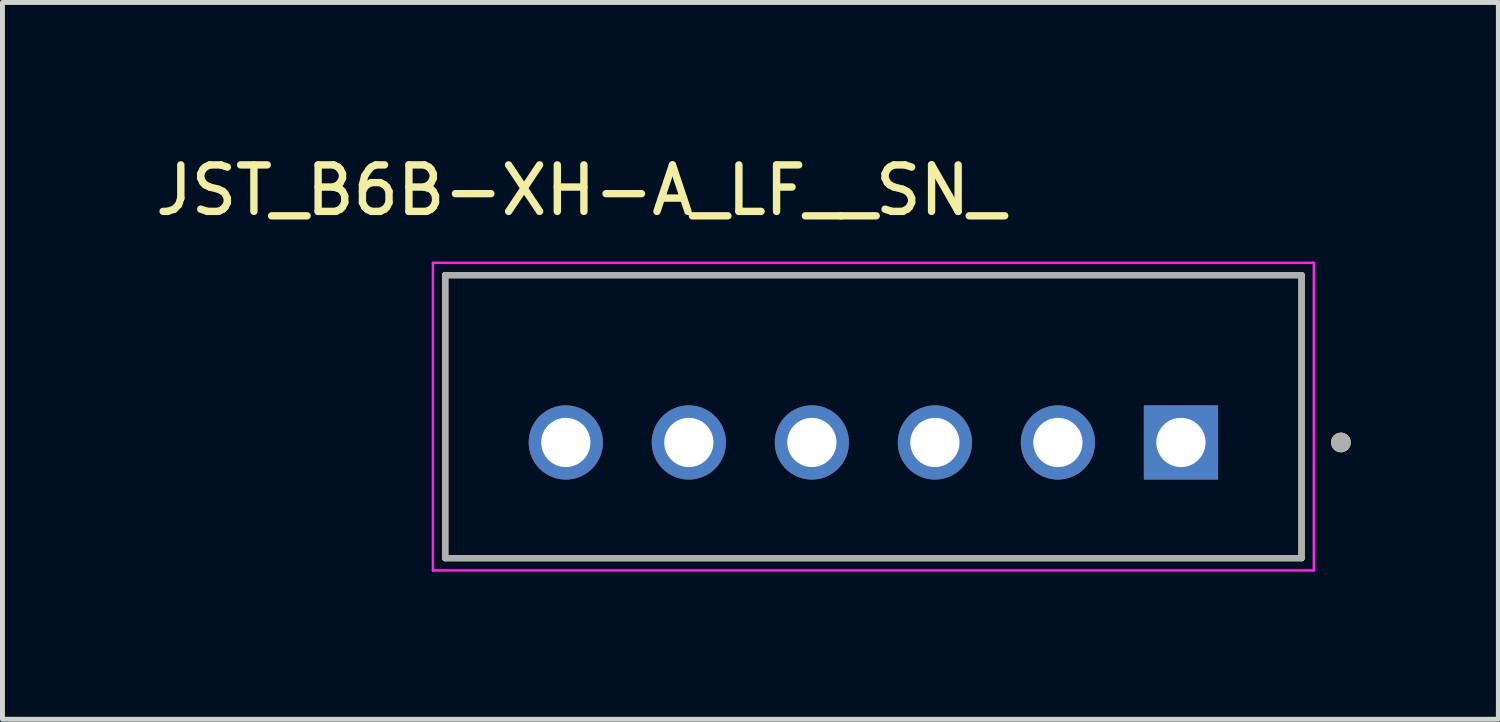
<source format=kicad_pcb>
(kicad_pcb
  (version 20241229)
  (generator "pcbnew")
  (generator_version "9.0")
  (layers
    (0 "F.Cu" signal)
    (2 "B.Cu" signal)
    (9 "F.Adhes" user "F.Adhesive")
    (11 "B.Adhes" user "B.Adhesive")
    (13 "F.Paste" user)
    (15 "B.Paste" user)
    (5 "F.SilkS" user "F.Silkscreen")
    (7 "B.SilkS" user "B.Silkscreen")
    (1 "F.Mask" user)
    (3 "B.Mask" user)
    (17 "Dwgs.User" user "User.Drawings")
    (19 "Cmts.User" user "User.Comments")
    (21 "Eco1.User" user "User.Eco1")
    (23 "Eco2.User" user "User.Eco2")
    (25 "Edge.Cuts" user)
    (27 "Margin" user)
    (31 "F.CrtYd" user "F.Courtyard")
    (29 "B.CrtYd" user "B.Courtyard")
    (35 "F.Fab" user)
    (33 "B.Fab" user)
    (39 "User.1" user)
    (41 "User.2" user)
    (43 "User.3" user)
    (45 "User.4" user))
  (footprint "JST_B6B-XH-A_LF__SN_"
    (layer "F.Cu")
    (at 14.697 5.416)
    (property "Reference" "JST_B6B-XH-A_LF__SN_" (at -5.95 -4.6 0) (layer "F.SilkS") (effects (font (size 0.945 0.945) (thickness 0.15))))
    (attr through_hole)
    (fp_line (start -8.7 -2.875) (end 8.7 -2.875) (stroke (width 0.127) (type solid)) (layer "F.SilkS"))
    (fp_line (start -8.7 2.875) (end -8.7 -2.875) (stroke (width 0.127) (type solid)) (layer "F.SilkS"))
    (fp_line (start 8.7 -2.875) (end 8.7 2.875) (stroke (width 0.127) (type solid)) (layer "F.SilkS"))
    (fp_line (start 8.7 2.875) (end -8.7 2.875) (stroke (width 0.127) (type solid)) (layer "F.SilkS"))
    (fp_circle (center 9.5 0.525) (end 9.6 0.525) (stroke (width 0.2) (type solid)) (fill no) (layer "F.SilkS"))
    (fp_line (start -8.95 -3.125) (end 8.95 -3.125) (stroke (width 0.05) (type solid)) (layer "F.CrtYd"))
    (fp_line (start -8.95 3.125) (end -8.95 -3.125) (stroke (width 0.05) (type solid)) (layer "F.CrtYd"))
    (fp_line (start 8.95 -3.125) (end 8.95 3.125) (stroke (width 0.05) (type solid)) (layer "F.CrtYd"))
    (fp_line (start 8.95 3.125) (end -8.95 3.125) (stroke (width 0.05) (type solid)) (layer "F.CrtYd"))
    (fp_line (start -8.7 -2.875) (end 8.7 -2.875) (stroke (width 0.127) (type solid)) (layer "F.Fab"))
    (fp_line (start -8.7 2.875) (end -8.7 -2.875) (stroke (width 0.127) (type solid)) (layer "F.Fab"))
    (fp_line (start 8.7 -2.875) (end 8.7 2.875) (stroke (width 0.127) (type solid)) (layer "F.Fab"))
    (fp_line (start 8.7 2.875) (end -8.7 2.875) (stroke (width 0.127) (type solid)) (layer "F.Fab"))
    (fp_circle (center 9.5 0.525) (end 9.6 0.525) (stroke (width 0.2) (type solid)) (fill no) (layer "F.Fab"))
    (pad "1" thru_hole rect (at 6.25 0.525) (size 1.508 1.508) (drill 1) (layers "*.Cu" "*.Mask"))
    (pad "2" thru_hole circle (at 3.75 0.525) (size 1.508 1.508) (drill 1) (layers "*.Cu" "*.Mask"))
    (pad "3" thru_hole circle (at 1.25 0.525) (size 1.508 1.508) (drill 1) (layers "*.Cu" "*.Mask"))
    (pad "4" thru_hole circle (at -1.25 0.525) (size 1.508 1.508) (drill 1) (layers "*.Cu" "*.Mask"))
    (pad "5" thru_hole circle (at -3.75 0.525) (size 1.508 1.508) (drill 1) (layers "*.Cu" "*.Mask"))
    (pad "6" thru_hole circle (at -6.25 0.525) (size 1.508 1.508) (drill 1) (layers "*.Cu" "*.Mask")))
  (gr_rect
    (start -3 -3)
    (end 27.397 11.566)
    (stroke (width 0.1) (type default))
    (fill no)
    (layer "Edge.Cuts")))
</source>
